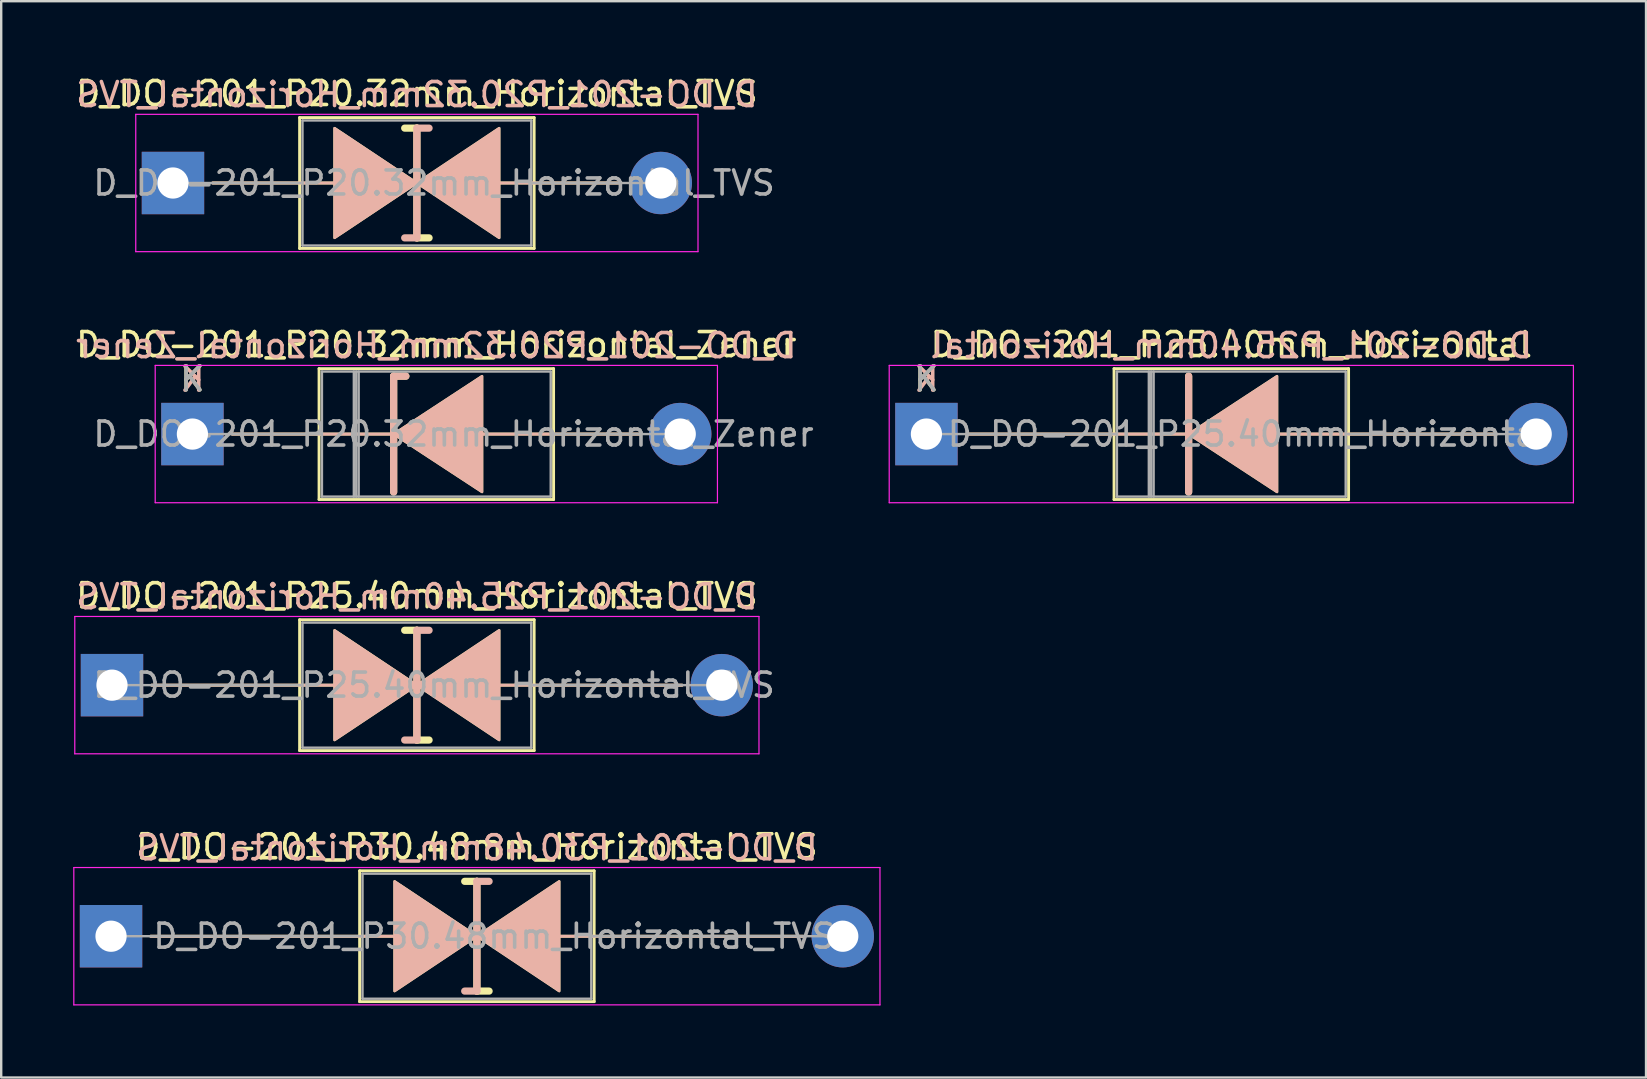
<source format=kicad_pcb>
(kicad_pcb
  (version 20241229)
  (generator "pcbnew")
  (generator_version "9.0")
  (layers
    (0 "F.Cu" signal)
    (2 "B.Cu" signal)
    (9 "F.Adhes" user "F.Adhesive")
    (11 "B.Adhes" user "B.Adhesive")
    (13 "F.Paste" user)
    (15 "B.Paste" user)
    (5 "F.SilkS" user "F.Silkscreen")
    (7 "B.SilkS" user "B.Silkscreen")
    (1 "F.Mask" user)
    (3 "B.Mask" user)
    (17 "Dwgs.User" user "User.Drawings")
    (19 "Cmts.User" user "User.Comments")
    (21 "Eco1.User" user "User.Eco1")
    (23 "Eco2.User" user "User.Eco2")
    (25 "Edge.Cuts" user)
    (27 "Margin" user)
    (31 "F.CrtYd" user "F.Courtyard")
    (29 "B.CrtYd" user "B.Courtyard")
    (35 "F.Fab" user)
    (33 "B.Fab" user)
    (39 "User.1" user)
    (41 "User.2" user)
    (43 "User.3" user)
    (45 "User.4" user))
  (footprint "D_DO-201_P20.32mm_Horizontal_Zener"
    (layer "F.Cu")
    (at 4.965 15.031)
    (property "Reference" "D_DO-201_P20.32mm_Horizontal_Zener" (at 10.16 -3.725 0) (layer "F.SilkS") (effects (font (size 1 1) (thickness 0.15))))
    (fp_line (start 1.651 0) (end 5.275 0) (stroke (width 0.12) (type solid)) (layer "F.SilkS"))
    (fp_line (start 5.275 -2.725) (end 5.275 2.725) (stroke (width 0.12) (type solid)) (layer "F.SilkS"))
    (fp_line (start 5.275 2.725) (end 15.045 2.725) (stroke (width 0.12) (type solid)) (layer "F.SilkS"))
    (fp_line (start 8.382 -2.413) (end 8.382 2.413) (stroke (width 0.3) (type solid)) (layer "F.SilkS"))
    (fp_line (start 8.382 -2.413) (end 8.89 -2.413) (stroke (width 0.3) (type solid)) (layer "F.SilkS"))
    (fp_line (start 8.382 0) (end 5.275 0) (stroke (width 0.12) (type solid)) (layer "F.SilkS"))
    (fp_line (start 12.065 0) (end 15.045 0) (stroke (width 0.12) (type solid)) (layer "F.SilkS"))
    (fp_line (start 15.045 -2.725) (end 5.275 -2.725) (stroke (width 0.12) (type solid)) (layer "F.SilkS"))
    (fp_line (start 15.045 2.725) (end 15.045 -2.725) (stroke (width 0.12) (type solid)) (layer "F.SilkS"))
    (fp_line (start 18.669 0) (end 15.045 0) (stroke (width 0.12) (type solid)) (layer "F.SilkS"))
    (fp_poly (pts (xy 12.065 2.413) (xy 8.382 0) (xy 12.065 -2.413)) (stroke (width 0.1) (type solid)) (fill yes) (layer "F.SilkS"))
    (fp_line (start 1.651 0) (end 5.275 0) (stroke (width 0.12) (type solid)) (layer "B.SilkS"))
    (fp_line (start 8.382 -2.413) (end 8.89 -2.413) (stroke (width 0.3) (type solid)) (layer "B.SilkS"))
    (fp_line (start 8.382 0) (end 5.275 0) (stroke (width 0.12) (type solid)) (layer "B.SilkS"))
    (fp_line (start 8.382 2.413) (end 8.382 -2.413) (stroke (width 0.3) (type solid)) (layer "B.SilkS"))
    (fp_line (start 12.065 0) (end 15.045 0) (stroke (width 0.12) (type solid)) (layer "B.SilkS"))
    (fp_line (start 18.669 0) (end 15.045 0) (stroke (width 0.12) (type solid)) (layer "B.SilkS"))
    (fp_poly (pts (xy 12.065 -2.413) (xy 8.382 0) (xy 12.065 2.413)) (stroke (width 0.1) (type solid)) (fill yes) (layer "B.SilkS"))
    (fp_line (start -1.55 -2.86) (end -1.55 2.86) (stroke (width 0.05) (type solid)) (layer "F.CrtYd"))
    (fp_line (start -1.55 2.86) (end 21.87 2.86) (stroke (width 0.05) (type solid)) (layer "F.CrtYd"))
    (fp_line (start 21.87 -2.86) (end -1.55 -2.86) (stroke (width 0.05) (type solid)) (layer "F.CrtYd"))
    (fp_line (start 21.87 2.86) (end 21.87 -2.86) (stroke (width 0.05) (type solid)) (layer "F.CrtYd"))
    (fp_line (start 0 0) (end 5.395 0) (stroke (width 0.1) (type solid)) (layer "F.Fab"))
    (fp_line (start 5.395 -2.605) (end 5.395 2.605) (stroke (width 0.1) (type solid)) (layer "F.Fab"))
    (fp_line (start 5.395 2.605) (end 14.925 2.605) (stroke (width 0.1) (type solid)) (layer "F.Fab"))
    (fp_line (start 6.724 -2.605) (end 6.724 2.605) (stroke (width 0.1) (type solid)) (layer "F.Fab"))
    (fp_line (start 6.824 -2.605) (end 6.824 2.605) (stroke (width 0.1) (type solid)) (layer "F.Fab"))
    (fp_line (start 6.925 -2.605) (end 6.925 2.605) (stroke (width 0.1) (type solid)) (layer "F.Fab"))
    (fp_line (start 14.925 -2.605) (end 5.395 -2.605) (stroke (width 0.1) (type solid)) (layer "F.Fab"))
    (fp_line (start 14.925 2.605) (end 14.925 -2.605) (stroke (width 0.1) (type solid)) (layer "F.Fab"))
    (fp_line (start 20.32 0) (end 14.925 0) (stroke (width 0.1) (type solid)) (layer "F.Fab"))
    (fp_text user "K" (at 0 -2.3 0) (layer "F.SilkS") (effects (font (size 1 1) (thickness 0.15))))
    (fp_text user "${REFERENCE}" (at 10.16 -3.683 0) (layer "B.SilkS") (effects (font (size 1 1) (thickness 0.15)) (justify mirror)))
    (fp_text user "K" (at 0 -2.286 0) (layer "B.SilkS") (effects (font (size 1 1) (thickness 0.15)) (justify mirror)))
    (fp_text user "K" (at 0 -2.3 0) (layer "F.Fab") (effects (font (size 1 1) (thickness 0.15))))
    (fp_text user "${REFERENCE}" (at 10.875 0 0) (layer "F.Fab") (effects (font (size 1 1) (thickness 0.15))))
    (pad "1" thru_hole rect (at 0 0) (size 2.6 2.6) (drill 1.3) (layers "*.Cu" "*.Mask"))
    (pad "2" thru_hole oval (at 20.32 0) (size 2.6 2.6) (drill 1.3) (layers "*.Cu" "*.Mask")))
  (footprint "D_DO-201_P20.32mm_Horizontal_TVS"
    (layer "F.Cu")
    (at 4.155 4.573)
    (property "Reference" "D_DO-201_P20.32mm_Horizontal_TVS" (at 10.16 -3.725 0) (layer "F.SilkS") (effects (font (size 1 1) (thickness 0.15))))
    (fp_line (start 1.651 0) (end 5.275 0) (stroke (width 0.12) (type solid)) (layer "F.SilkS"))
    (fp_line (start 5.275 -2.725) (end 5.275 2.725) (stroke (width 0.12) (type solid)) (layer "F.SilkS"))
    (fp_line (start 5.275 0) (end 6.731 0) (stroke (width 0.12) (type solid)) (layer "F.SilkS"))
    (fp_line (start 5.275 2.725) (end 15.045 2.725) (stroke (width 0.12) (type solid)) (layer "F.SilkS"))
    (fp_line (start 10.16 -2.286) (end 9.652 -2.286) (stroke (width 0.3) (type solid)) (layer "F.SilkS"))
    (fp_line (start 10.16 2.286) (end 10.16 -2.286) (stroke (width 0.3) (type solid)) (layer "F.SilkS"))
    (fp_line (start 10.668 2.286) (end 10.16 2.286) (stroke (width 0.3) (type solid)) (layer "F.SilkS"))
    (fp_line (start 13.589 0) (end 15.045 0) (stroke (width 0.12) (type solid)) (layer "F.SilkS"))
    (fp_line (start 15.045 -2.725) (end 5.275 -2.725) (stroke (width 0.12) (type solid)) (layer "F.SilkS"))
    (fp_line (start 15.045 2.725) (end 15.045 -2.725) (stroke (width 0.12) (type solid)) (layer "F.SilkS"))
    (fp_line (start 18.669 0) (end 15.045 0) (stroke (width 0.12) (type solid)) (layer "F.SilkS"))
    (fp_poly (pts (xy 10.16 0) (xy 6.731 2.286) (xy 6.731 -2.286)) (stroke (width 0.1) (type solid)) (fill yes) (layer "F.SilkS"))
    (fp_poly (pts (xy 10.16 0) (xy 13.589 -2.286) (xy 13.589 2.286)) (stroke (width 0.1) (type solid)) (fill yes) (layer "F.SilkS"))
    (fp_line (start 1.651 0) (end 5.275 0) (stroke (width 0.12) (type solid)) (layer "B.SilkS"))
    (fp_line (start 5.275 0) (end 6.731 0) (stroke (width 0.12) (type solid)) (layer "B.SilkS"))
    (fp_line (start 10.16 -2.286) (end 10.16 2.286) (stroke (width 0.3) (type solid)) (layer "B.SilkS"))
    (fp_line (start 10.16 2.286) (end 9.652 2.286) (stroke (width 0.3) (type solid)) (layer "B.SilkS"))
    (fp_line (start 10.668 -2.286) (end 10.16 -2.286) (stroke (width 0.3) (type solid)) (layer "B.SilkS"))
    (fp_line (start 13.589 0) (end 15.045 0) (stroke (width 0.12) (type solid)) (layer "B.SilkS"))
    (fp_line (start 18.669 0) (end 15.045 0) (stroke (width 0.12) (type solid)) (layer "B.SilkS"))
    (fp_poly (pts (xy 10.16 0) (xy 6.731 -2.286) (xy 6.731 2.286)) (stroke (width 0.1) (type solid)) (fill yes) (layer "B.SilkS"))
    (fp_poly (pts (xy 10.16 0) (xy 13.589 2.286) (xy 13.589 -2.286)) (stroke (width 0.1) (type solid)) (fill yes) (layer "B.SilkS"))
    (fp_line (start -1.55 -2.86) (end -1.55 2.86) (stroke (width 0.05) (type solid)) (layer "F.CrtYd"))
    (fp_line (start -1.55 2.86) (end 21.87 2.86) (stroke (width 0.05) (type solid)) (layer "F.CrtYd"))
    (fp_line (start 21.87 -2.86) (end -1.55 -2.86) (stroke (width 0.05) (type solid)) (layer "F.CrtYd"))
    (fp_line (start 21.87 2.86) (end 21.87 -2.86) (stroke (width 0.05) (type solid)) (layer "F.CrtYd"))
    (fp_line (start 0 0) (end 5.395 0) (stroke (width 0.1) (type solid)) (layer "F.Fab"))
    (fp_line (start 5.395 -2.605) (end 5.395 2.605) (stroke (width 0.1) (type solid)) (layer "F.Fab"))
    (fp_line (start 5.395 2.605) (end 14.925 2.605) (stroke (width 0.1) (type solid)) (layer "F.Fab"))
    (fp_line (start 14.925 -2.605) (end 5.395 -2.605) (stroke (width 0.1) (type solid)) (layer "F.Fab"))
    (fp_line (start 14.925 2.605) (end 14.925 -2.605) (stroke (width 0.1) (type solid)) (layer "F.Fab"))
    (fp_line (start 20.32 0) (end 14.925 0) (stroke (width 0.1) (type solid)) (layer "F.Fab"))
    (fp_text user "${REFERENCE}" (at 10.16 -3.683 0) (layer "B.SilkS") (effects (font (size 1 1) (thickness 0.15)) (justify mirror)))
    (fp_text user "${REFERENCE}" (at 10.875 0 0) (layer "F.Fab") (effects (font (size 1 1) (thickness 0.15))))
    (pad "1" thru_hole rect (at 0 0) (size 2.6 2.6) (drill 1.3) (layers "*.Cu" "*.Mask"))
    (pad "2" thru_hole oval (at 20.32 0) (size 2.6 2.6) (drill 1.3) (layers "*.Cu" "*.Mask")))
  (footprint "D_DO-201_P30.48mm_Horizontal_TVS"
    (layer "F.Cu")
    (at 1.575 35.948)
    (property "Reference" "D_DO-201_P30.48mm_Horizontal_TVS" (at 15.24 -3.725 0) (layer "F.SilkS") (effects (font (size 1 1) (thickness 0.15))))
    (fp_line (start 1.651 0) (end 10.355 0) (stroke (width 0.12) (type solid)) (layer "F.SilkS"))
    (fp_line (start 10.355 -2.725) (end 10.355 2.725) (stroke (width 0.12) (type solid)) (layer "F.SilkS"))
    (fp_line (start 10.355 0) (end 11.811 0) (stroke (width 0.12) (type solid)) (layer "F.SilkS"))
    (fp_line (start 10.355 2.725) (end 20.125 2.725) (stroke (width 0.12) (type solid)) (layer "F.SilkS"))
    (fp_line (start 15.24 -2.286) (end 14.732 -2.286) (stroke (width 0.3) (type solid)) (layer "F.SilkS"))
    (fp_line (start 15.24 2.286) (end 15.24 -2.286) (stroke (width 0.3) (type solid)) (layer "F.SilkS"))
    (fp_line (start 15.748 2.286) (end 15.24 2.286) (stroke (width 0.3) (type solid)) (layer "F.SilkS"))
    (fp_line (start 18.669 0) (end 20.125 0) (stroke (width 0.12) (type solid)) (layer "F.SilkS"))
    (fp_line (start 20.125 -2.725) (end 10.355 -2.725) (stroke (width 0.12) (type solid)) (layer "F.SilkS"))
    (fp_line (start 20.125 2.725) (end 20.125 -2.725) (stroke (width 0.12) (type solid)) (layer "F.SilkS"))
    (fp_line (start 28.829 0) (end 20.125 0) (stroke (width 0.12) (type solid)) (layer "F.SilkS"))
    (fp_poly (pts (xy 15.24 0) (xy 11.811 2.286) (xy 11.811 -2.286)) (stroke (width 0.1) (type solid)) (fill yes) (layer "F.SilkS"))
    (fp_poly (pts (xy 15.24 0) (xy 18.669 -2.286) (xy 18.669 2.286)) (stroke (width 0.1) (type solid)) (fill yes) (layer "F.SilkS"))
    (fp_line (start 1.651 0) (end 10.355 0) (stroke (width 0.12) (type solid)) (layer "B.SilkS"))
    (fp_line (start 10.355 0) (end 11.811 0) (stroke (width 0.12) (type solid)) (layer "B.SilkS"))
    (fp_line (start 15.24 -2.286) (end 15.24 2.286) (stroke (width 0.3) (type solid)) (layer "B.SilkS"))
    (fp_line (start 15.24 2.286) (end 14.732 2.286) (stroke (width 0.3) (type solid)) (layer "B.SilkS"))
    (fp_line (start 15.748 -2.286) (end 15.24 -2.286) (stroke (width 0.3) (type solid)) (layer "B.SilkS"))
    (fp_line (start 18.669 0) (end 20.125 0) (stroke (width 0.12) (type solid)) (layer "B.SilkS"))
    (fp_line (start 28.829 0) (end 20.125 0) (stroke (width 0.12) (type solid)) (layer "B.SilkS"))
    (fp_poly (pts (xy 15.24 0) (xy 11.811 -2.286) (xy 11.811 2.286)) (stroke (width 0.1) (type solid)) (fill yes) (layer "B.SilkS"))
    (fp_poly (pts (xy 15.24 0) (xy 18.669 2.286) (xy 18.669 -2.286)) (stroke (width 0.1) (type solid)) (fill yes) (layer "B.SilkS"))
    (fp_line (start -1.55 -2.86) (end -1.55 2.86) (stroke (width 0.05) (type solid)) (layer "F.CrtYd"))
    (fp_line (start -1.55 2.86) (end 32.03 2.86) (stroke (width 0.05) (type solid)) (layer "F.CrtYd"))
    (fp_line (start 32.03 -2.86) (end -1.55 -2.86) (stroke (width 0.05) (type solid)) (layer "F.CrtYd"))
    (fp_line (start 32.03 2.86) (end 32.03 -2.86) (stroke (width 0.05) (type solid)) (layer "F.CrtYd"))
    (fp_line (start 0 0) (end 10.475 0) (stroke (width 0.1) (type solid)) (layer "F.Fab"))
    (fp_line (start 10.475 -2.605) (end 10.475 2.605) (stroke (width 0.1) (type solid)) (layer "F.Fab"))
    (fp_line (start 10.475 2.605) (end 20.005 2.605) (stroke (width 0.1) (type solid)) (layer "F.Fab"))
    (fp_line (start 20.005 -2.605) (end 10.475 -2.605) (stroke (width 0.1) (type solid)) (layer "F.Fab"))
    (fp_line (start 20.005 2.605) (end 20.005 -2.605) (stroke (width 0.1) (type solid)) (layer "F.Fab"))
    (fp_line (start 30.48 0) (end 20.005 0) (stroke (width 0.1) (type solid)) (layer "F.Fab"))
    (fp_text user "${REFERENCE}" (at 15.24 -3.683 0) (layer "B.SilkS") (effects (font (size 1 1) (thickness 0.15)) (justify mirror)))
    (fp_text user "${REFERENCE}" (at 15.955 0 0) (layer "F.Fab") (effects (font (size 1 1) (thickness 0.15))))
    (pad "1" thru_hole rect (at 0 0) (size 2.6 2.6) (drill 1.3) (layers "*.Cu" "*.Mask"))
    (pad "2" thru_hole oval (at 30.48 0) (size 2.6 2.6) (drill 1.3) (layers "*.Cu" "*.Mask")))
  (footprint "D_DO-201_P25.40mm_Horizontal"
    (layer "F.Cu")
    (at 35.54 15.031)
    (property "Reference" "D_DO-201_P25.40mm_Horizontal" (at 12.7 -3.725 0) (layer "F.SilkS") (effects (font (size 1 1) (thickness 0.15))))
    (fp_line (start 1.651 0) (end 7.815 0) (stroke (width 0.12) (type solid)) (layer "F.SilkS"))
    (fp_line (start 7.815 -2.725) (end 7.815 2.725) (stroke (width 0.12) (type solid)) (layer "F.SilkS"))
    (fp_line (start 7.815 2.725) (end 17.585 2.725) (stroke (width 0.12) (type solid)) (layer "F.SilkS"))
    (fp_line (start 10.922 -2.413) (end 10.922 2.413) (stroke (width 0.3) (type solid)) (layer "F.SilkS"))
    (fp_line (start 10.922 0) (end 7.815 0) (stroke (width 0.12) (type solid)) (layer "F.SilkS"))
    (fp_line (start 14.605 0) (end 17.585 0) (stroke (width 0.12) (type solid)) (layer "F.SilkS"))
    (fp_line (start 17.585 -2.725) (end 7.815 -2.725) (stroke (width 0.12) (type solid)) (layer "F.SilkS"))
    (fp_line (start 17.585 2.725) (end 17.585 -2.725) (stroke (width 0.12) (type solid)) (layer "F.SilkS"))
    (fp_line (start 23.749 0) (end 17.585 0) (stroke (width 0.12) (type solid)) (layer "F.SilkS"))
    (fp_poly (pts (xy 14.605 2.413) (xy 10.922 0) (xy 14.605 -2.413)) (stroke (width 0.1) (type solid)) (fill yes) (layer "F.SilkS"))
    (fp_line (start 1.651 0) (end 7.815 0) (stroke (width 0.12) (type solid)) (layer "B.SilkS"))
    (fp_line (start 10.922 0) (end 7.815 0) (stroke (width 0.12) (type solid)) (layer "B.SilkS"))
    (fp_line (start 10.922 2.413) (end 10.922 -2.413) (stroke (width 0.3) (type solid)) (layer "B.SilkS"))
    (fp_line (start 14.605 0) (end 17.585 0) (stroke (width 0.12) (type solid)) (layer "B.SilkS"))
    (fp_line (start 23.749 0) (end 17.585 0) (stroke (width 0.12) (type solid)) (layer "B.SilkS"))
    (fp_poly (pts (xy 14.605 -2.413) (xy 10.922 0) (xy 14.605 2.413)) (stroke (width 0.1) (type solid)) (fill yes) (layer "B.SilkS"))
    (fp_line (start -1.55 -2.86) (end -1.55 2.86) (stroke (width 0.05) (type solid)) (layer "F.CrtYd"))
    (fp_line (start -1.55 2.86) (end 26.95 2.86) (stroke (width 0.05) (type solid)) (layer "F.CrtYd"))
    (fp_line (start 26.95 -2.86) (end -1.55 -2.86) (stroke (width 0.05) (type solid)) (layer "F.CrtYd"))
    (fp_line (start 26.95 2.86) (end 26.95 -2.86) (stroke (width 0.05) (type solid)) (layer "F.CrtYd"))
    (fp_line (start 0 0) (end 7.935 0) (stroke (width 0.1) (type solid)) (layer "F.Fab"))
    (fp_line (start 7.935 -2.605) (end 7.935 2.605) (stroke (width 0.1) (type solid)) (layer "F.Fab"))
    (fp_line (start 7.935 2.605) (end 17.465 2.605) (stroke (width 0.1) (type solid)) (layer "F.Fab"))
    (fp_line (start 9.264 -2.605) (end 9.264 2.605) (stroke (width 0.1) (type solid)) (layer "F.Fab"))
    (fp_line (start 9.364 -2.605) (end 9.364 2.605) (stroke (width 0.1) (type solid)) (layer "F.Fab"))
    (fp_line (start 9.464 -2.605) (end 9.464 2.605) (stroke (width 0.1) (type solid)) (layer "F.Fab"))
    (fp_line (start 17.465 -2.605) (end 7.935 -2.605) (stroke (width 0.1) (type solid)) (layer "F.Fab"))
    (fp_line (start 17.465 2.605) (end 17.465 -2.605) (stroke (width 0.1) (type solid)) (layer "F.Fab"))
    (fp_line (start 25.4 0) (end 17.465 0) (stroke (width 0.1) (type solid)) (layer "F.Fab"))
    (fp_text user "K" (at 0 -2.3 0) (layer "F.SilkS") (effects (font (size 1 1) (thickness 0.15))))
    (fp_text user "K" (at 0 -2.286 0) (layer "B.SilkS") (effects (font (size 1 1) (thickness 0.15)) (justify mirror)))
    (fp_text user "${REFERENCE}" (at 12.7 -3.683 0) (layer "B.SilkS") (effects (font (size 1 1) (thickness 0.15)) (justify mirror)))
    (fp_text user "K" (at 0 -2.3 0) (layer "F.Fab") (effects (font (size 1 1) (thickness 0.15))))
    (fp_text user "${REFERENCE}" (at 13.415 0 0) (layer "F.Fab") (effects (font (size 1 1) (thickness 0.15))))
    (pad "1" thru_hole rect (at 0 0) (size 2.6 2.6) (drill 1.3) (layers "*.Cu" "*.Mask"))
    (pad "2" thru_hole oval (at 25.4 0) (size 2.6 2.6) (drill 1.3) (layers "*.Cu" "*.Mask")))
  (footprint "D_DO-201_P25.40mm_Horizontal_TVS"
    (layer "F.Cu")
    (at 1.615 25.49)
    (property "Reference" "D_DO-201_P25.40mm_Horizontal_TVS" (at 12.7 -3.725 0) (layer "F.SilkS") (effects (font (size 1 1) (thickness 0.15))))
    (fp_line (start 1.651 0) (end 7.815 0) (stroke (width 0.12) (type solid)) (layer "F.SilkS"))
    (fp_line (start 7.815 -2.725) (end 7.815 2.725) (stroke (width 0.12) (type solid)) (layer "F.SilkS"))
    (fp_line (start 7.815 0) (end 9.271 0) (stroke (width 0.12) (type solid)) (layer "F.SilkS"))
    (fp_line (start 7.815 2.725) (end 17.585 2.725) (stroke (width 0.12) (type solid)) (layer "F.SilkS"))
    (fp_line (start 12.7 -2.286) (end 12.192 -2.286) (stroke (width 0.3) (type solid)) (layer "F.SilkS"))
    (fp_line (start 12.7 2.286) (end 12.7 -2.286) (stroke (width 0.3) (type solid)) (layer "F.SilkS"))
    (fp_line (start 13.208 2.286) (end 12.7 2.286) (stroke (width 0.3) (type solid)) (layer "F.SilkS"))
    (fp_line (start 16.129 0) (end 17.585 0) (stroke (width 0.12) (type solid)) (layer "F.SilkS"))
    (fp_line (start 17.585 -2.725) (end 7.815 -2.725) (stroke (width 0.12) (type solid)) (layer "F.SilkS"))
    (fp_line (start 17.585 2.725) (end 17.585 -2.725) (stroke (width 0.12) (type solid)) (layer "F.SilkS"))
    (fp_line (start 23.749 0) (end 17.585 0) (stroke (width 0.12) (type solid)) (layer "F.SilkS"))
    (fp_poly (pts (xy 12.7 0) (xy 9.271 2.286) (xy 9.271 -2.286)) (stroke (width 0.1) (type solid)) (fill yes) (layer "F.SilkS"))
    (fp_poly (pts (xy 12.7 0) (xy 16.129 -2.286) (xy 16.129 2.286)) (stroke (width 0.1) (type solid)) (fill yes) (layer "F.SilkS"))
    (fp_line (start 1.651 0) (end 7.815 0) (stroke (width 0.12) (type solid)) (layer "B.SilkS"))
    (fp_line (start 7.815 0) (end 9.271 0) (stroke (width 0.12) (type solid)) (layer "B.SilkS"))
    (fp_line (start 12.7 -2.286) (end 12.7 2.286) (stroke (width 0.3) (type solid)) (layer "B.SilkS"))
    (fp_line (start 12.7 2.286) (end 12.192 2.286) (stroke (width 0.3) (type solid)) (layer "B.SilkS"))
    (fp_line (start 13.208 -2.286) (end 12.7 -2.286) (stroke (width 0.3) (type solid)) (layer "B.SilkS"))
    (fp_line (start 16.129 0) (end 17.585 0) (stroke (width 0.12) (type solid)) (layer "B.SilkS"))
    (fp_line (start 23.749 0) (end 17.585 0) (stroke (width 0.12) (type solid)) (layer "B.SilkS"))
    (fp_poly (pts (xy 12.7 0) (xy 9.271 -2.286) (xy 9.271 2.286)) (stroke (width 0.1) (type solid)) (fill yes) (layer "B.SilkS"))
    (fp_poly (pts (xy 12.7 0) (xy 16.129 2.286) (xy 16.129 -2.286)) (stroke (width 0.1) (type solid)) (fill yes) (layer "B.SilkS"))
    (fp_line (start -1.55 -2.86) (end -1.55 2.86) (stroke (width 0.05) (type solid)) (layer "F.CrtYd"))
    (fp_line (start -1.55 2.86) (end 26.95 2.86) (stroke (width 0.05) (type solid)) (layer "F.CrtYd"))
    (fp_line (start 26.95 -2.86) (end -1.55 -2.86) (stroke (width 0.05) (type solid)) (layer "F.CrtYd"))
    (fp_line (start 26.95 2.86) (end 26.95 -2.86) (stroke (width 0.05) (type solid)) (layer "F.CrtYd"))
    (fp_line (start 0 0) (end 7.935 0) (stroke (width 0.1) (type solid)) (layer "F.Fab"))
    (fp_line (start 7.935 -2.605) (end 7.935 2.605) (stroke (width 0.1) (type solid)) (layer "F.Fab"))
    (fp_line (start 7.935 2.605) (end 17.465 2.605) (stroke (width 0.1) (type solid)) (layer "F.Fab"))
    (fp_line (start 17.465 -2.605) (end 7.935 -2.605) (stroke (width 0.1) (type solid)) (layer "F.Fab"))
    (fp_line (start 17.465 2.605) (end 17.465 -2.605) (stroke (width 0.1) (type solid)) (layer "F.Fab"))
    (fp_line (start 25.4 0) (end 17.465 0) (stroke (width 0.1) (type solid)) (layer "F.Fab"))
    (fp_text user "${REFERENCE}" (at 12.7 -3.683 0) (layer "B.SilkS") (effects (font (size 1 1) (thickness 0.15)) (justify mirror)))
    (fp_text user "${REFERENCE}" (at 13.415 0 0) (layer "F.Fab") (effects (font (size 1 1) (thickness 0.15))))
    (pad "1" thru_hole rect (at 0 0) (size 2.6 2.6) (drill 1.3) (layers "*.Cu" "*.Mask"))
    (pad "2" thru_hole oval (at 25.4 0) (size 2.6 2.6) (drill 1.3) (layers "*.Cu" "*.Mask")))
  (gr_rect
    (start -3 -3)
    (end 65.515 41.833)
    (stroke (width 0.1) (type default))
    (fill no)
    (layer "Edge.Cuts")))
</source>
